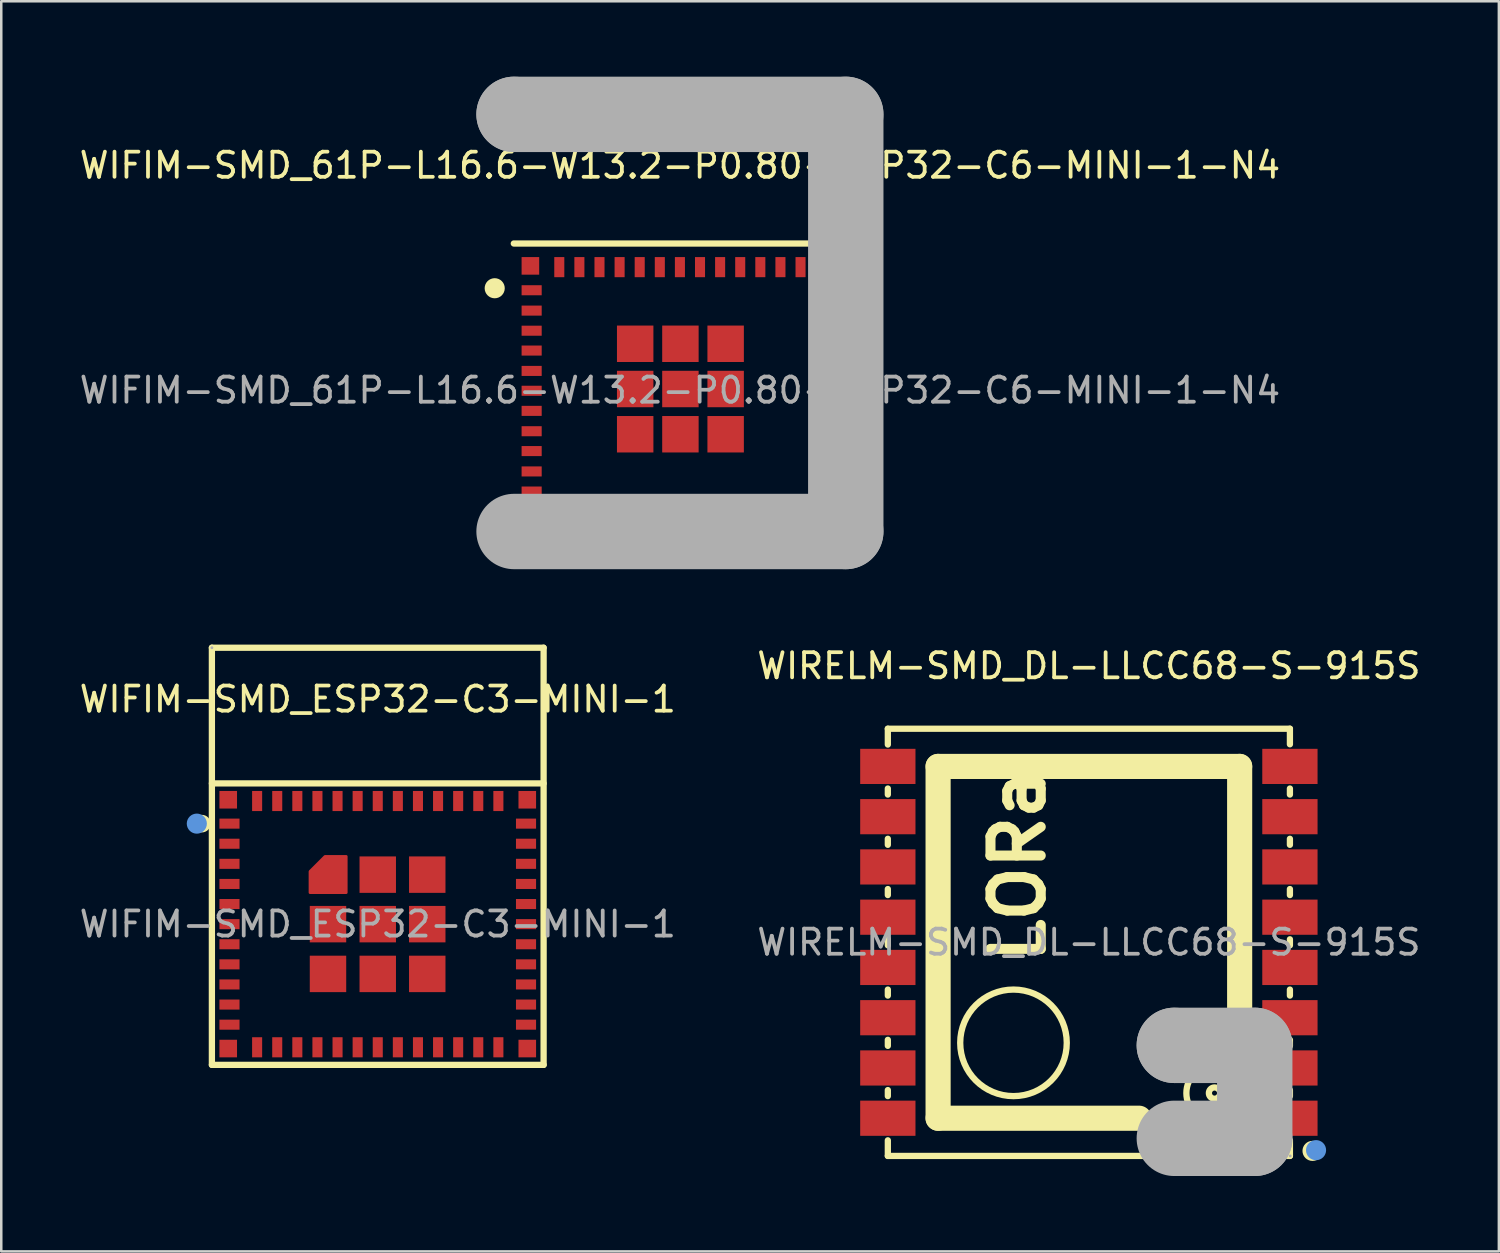
<source format=kicad_pcb>
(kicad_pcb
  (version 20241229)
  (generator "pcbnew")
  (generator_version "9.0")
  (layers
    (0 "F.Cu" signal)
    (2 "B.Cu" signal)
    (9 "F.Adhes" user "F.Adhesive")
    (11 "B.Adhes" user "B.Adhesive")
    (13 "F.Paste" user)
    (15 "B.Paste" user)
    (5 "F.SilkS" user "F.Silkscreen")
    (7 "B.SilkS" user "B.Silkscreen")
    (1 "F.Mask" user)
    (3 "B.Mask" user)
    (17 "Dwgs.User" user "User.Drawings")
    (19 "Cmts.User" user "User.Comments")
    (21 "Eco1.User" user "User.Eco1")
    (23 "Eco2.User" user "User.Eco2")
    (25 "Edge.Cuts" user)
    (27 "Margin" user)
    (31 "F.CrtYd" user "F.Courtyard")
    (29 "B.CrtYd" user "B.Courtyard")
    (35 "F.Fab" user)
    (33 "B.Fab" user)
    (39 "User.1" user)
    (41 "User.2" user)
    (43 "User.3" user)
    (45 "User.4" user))
  (footprint "WIFIM-SMD_ESP32-C3-MINI-1"
    (layer "F.Cu")
    (at 11.982 33.725)
    (property "Reference" "WIFIM-SMD_ESP32-C3-MINI-1" (at 0 -8.95 0) (layer "F.SilkS") (effects (font (size 1 1) (thickness 0.15))))
    (attr smd)
    (fp_line (start -6.6 -11) (end 6.6 -11) (stroke (width 0.25) (type solid)) (layer "F.SilkS"))
    (fp_line (start -6.6 5.6) (end -6.6 -11) (stroke (width 0.25) (type solid)) (layer "F.SilkS"))
    (fp_line (start -6.6 5.6) (end 6.6 5.6) (stroke (width 0.25) (type solid)) (layer "F.SilkS"))
    (fp_line (start 6.6 -5.6) (end -6.6 -5.6) (stroke (width 0.25) (type solid)) (layer "F.SilkS"))
    (fp_line (start 6.6 5.6) (end 6.6 -11) (stroke (width 0.25) (type solid)) (layer "F.SilkS"))
    (fp_circle (center -7 -4) (end -6.9 -4) (stroke (width 0.25) (type solid)) (fill no) (layer "F.SilkS"))
    (fp_circle (center -7.2 -4) (end -7 -4) (stroke (width 0.4) (type solid)) (fill no) (layer "Cmts.User"))
    (fp_circle (center -6.6 -11) (end -6.57 -11) (stroke (width 0.06) (type solid)) (fill no) (layer "F.Fab"))
    (fp_text user "${REFERENCE}" (at 0 0 0) (layer "F.Fab") (effects (font (size 1 1) (thickness 0.15))))
    (pad "1" smd rect (at -5.9 -4 90) (size 0.4 0.8) (layers "F.Cu" "F.Mask" "F.Paste"))
    (pad "2" smd rect (at -5.9 -3.2 90) (size 0.4 0.8) (layers "F.Cu" "F.Mask" "F.Paste"))
    (pad "3" smd rect (at -5.9 -2.4 90) (size 0.4 0.8) (layers "F.Cu" "F.Mask" "F.Paste"))
    (pad "4" smd rect (at -5.9 -1.6 90) (size 0.4 0.8) (layers "F.Cu" "F.Mask" "F.Paste"))
    (pad "5" smd rect (at -5.9 -0.8 90) (size 0.4 0.8) (layers "F.Cu" "F.Mask" "F.Paste"))
    (pad "6" smd rect (at -5.9 0 90) (size 0.4 0.8) (layers "F.Cu" "F.Mask" "F.Paste"))
    (pad "7" smd rect (at -5.9 0.8 90) (size 0.4 0.8) (layers "F.Cu" "F.Mask" "F.Paste"))
    (pad "8" smd rect (at -5.9 1.6 90) (size 0.4 0.8) (layers "F.Cu" "F.Mask" "F.Paste"))
    (pad "9" smd rect (at -5.9 2.4 90) (size 0.4 0.8) (layers "F.Cu" "F.Mask" "F.Paste"))
    (pad "10" smd rect (at -5.9 3.2 90) (size 0.4 0.8) (layers "F.Cu" "F.Mask" "F.Paste"))
    (pad "11" smd rect (at -5.9 4 90) (size 0.4 0.8) (layers "F.Cu" "F.Mask" "F.Paste"))
    (pad "12" smd rect (at -4.8 4.9 180) (size 0.4 0.8) (layers "F.Cu" "F.Mask" "F.Paste"))
    (pad "13" smd rect (at -4 4.9 180) (size 0.4 0.8) (layers "F.Cu" "F.Mask" "F.Paste"))
    (pad "14" smd rect (at -3.2 4.9 180) (size 0.4 0.8) (layers "F.Cu" "F.Mask" "F.Paste"))
    (pad "15" smd rect (at -2.4 4.9 180) (size 0.4 0.8) (layers "F.Cu" "F.Mask" "F.Paste"))
    (pad "16" smd rect (at -1.6 4.9 180) (size 0.4 0.8) (layers "F.Cu" "F.Mask" "F.Paste"))
    (pad "17" smd rect (at -0.8 4.9 180) (size 0.4 0.8) (layers "F.Cu" "F.Mask" "F.Paste"))
    (pad "18" smd rect (at 0 4.9 180) (size 0.4 0.8) (layers "F.Cu" "F.Mask" "F.Paste"))
    (pad "19" smd rect (at 0.8 4.9 180) (size 0.4 0.8) (layers "F.Cu" "F.Mask" "F.Paste"))
    (pad "20" smd rect (at 1.6 4.9 180) (size 0.4 0.8) (layers "F.Cu" "F.Mask" "F.Paste"))
    (pad "21" smd rect (at 2.4 4.9 180) (size 0.4 0.8) (layers "F.Cu" "F.Mask" "F.Paste"))
    (pad "22" smd rect (at 3.2 4.9 180) (size 0.4 0.8) (layers "F.Cu" "F.Mask" "F.Paste"))
    (pad "23" smd rect (at 4 4.9 180) (size 0.4 0.8) (layers "F.Cu" "F.Mask" "F.Paste"))
    (pad "24" smd rect (at 4.8 4.9 180) (size 0.4 0.8) (layers "F.Cu" "F.Mask" "F.Paste"))
    (pad "25" smd rect (at 5.9 4 270) (size 0.4 0.8) (layers "F.Cu" "F.Mask" "F.Paste"))
    (pad "26" smd rect (at 5.9 3.2 270) (size 0.4 0.8) (layers "F.Cu" "F.Mask" "F.Paste"))
    (pad "27" smd rect (at 5.9 2.4 270) (size 0.4 0.8) (layers "F.Cu" "F.Mask" "F.Paste"))
    (pad "28" smd rect (at 5.9 1.6 270) (size 0.4 0.8) (layers "F.Cu" "F.Mask" "F.Paste"))
    (pad "29" smd rect (at 5.9 0.8 270) (size 0.4 0.8) (layers "F.Cu" "F.Mask" "F.Paste"))
    (pad "30" smd rect (at 5.9 0 270) (size 0.4 0.8) (layers "F.Cu" "F.Mask" "F.Paste"))
    (pad "31" smd rect (at 5.9 -0.8 270) (size 0.4 0.8) (layers "F.Cu" "F.Mask" "F.Paste"))
    (pad "32" smd rect (at 5.9 -1.6 270) (size 0.4 0.8) (layers "F.Cu" "F.Mask" "F.Paste"))
    (pad "33" smd rect (at 5.9 -2.4 270) (size 0.4 0.8) (layers "F.Cu" "F.Mask" "F.Paste"))
    (pad "34" smd rect (at 5.9 -3.2 270) (size 0.4 0.8) (layers "F.Cu" "F.Mask" "F.Paste"))
    (pad "35" smd rect (at 5.9 -4 270) (size 0.4 0.8) (layers "F.Cu" "F.Mask" "F.Paste"))
    (pad "36" smd rect (at 4.8 -4.9) (size 0.4 0.8) (layers "F.Cu" "F.Mask" "F.Paste"))
    (pad "37" smd rect (at 4 -4.9) (size 0.4 0.8) (layers "F.Cu" "F.Mask" "F.Paste"))
    (pad "38" smd rect (at 3.2 -4.9) (size 0.4 0.8) (layers "F.Cu" "F.Mask" "F.Paste"))
    (pad "39" smd rect (at 2.4 -4.9) (size 0.4 0.8) (layers "F.Cu" "F.Mask" "F.Paste"))
    (pad "40" smd rect (at 1.6 -4.9) (size 0.4 0.8) (layers "F.Cu" "F.Mask" "F.Paste"))
    (pad "41" smd rect (at 0.8 -4.9) (size 0.4 0.8) (layers "F.Cu" "F.Mask" "F.Paste"))
    (pad "42" smd rect (at 0 -4.9) (size 0.4 0.8) (layers "F.Cu" "F.Mask" "F.Paste"))
    (pad "43" smd rect (at -0.8 -4.9) (size 0.4 0.8) (layers "F.Cu" "F.Mask" "F.Paste"))
    (pad "44" smd rect (at -1.6 -4.9) (size 0.4 0.8) (layers "F.Cu" "F.Mask" "F.Paste"))
    (pad "45" smd rect (at -2.4 -4.9) (size 0.4 0.8) (layers "F.Cu" "F.Mask" "F.Paste"))
    (pad "46" smd rect (at -3.2 -4.9) (size 0.4 0.8) (layers "F.Cu" "F.Mask" "F.Paste"))
    (pad "47" smd rect (at -4 -4.9) (size 0.4 0.8) (layers "F.Cu" "F.Mask" "F.Paste"))
    (pad "48" smd rect (at -4.8 -4.9) (size 0.4 0.8) (layers "F.Cu" "F.Mask" "F.Paste"))
    (pad "49" smd custom (at -1.98 -1.98) (size 0.01 0.01) (layers "F.Cu" "F.Mask" "F.Paste") (options (anchor circle)) (primitives (gr_poly (pts (xy -0.72 -0.12) (xy -0.12 -0.72) (xy 0.73 -0.72) (xy 0.73 0.73) (xy -0.72 0.73)) (width 0.1) (fill yes))))
    (pad "49" smd rect (at -1.98 0) (size 1.45 1.45) (layers "F.Cu" "F.Mask" "F.Paste"))
    (pad "49" smd rect (at -1.98 1.98) (size 1.45 1.45) (layers "F.Cu" "F.Mask" "F.Paste"))
    (pad "49" smd rect (at 0 -1.97) (size 1.45 1.45) (layers "F.Cu" "F.Mask" "F.Paste"))
    (pad "49" smd rect (at 0 0) (size 1.45 1.45) (layers "F.Cu" "F.Mask" "F.Paste"))
    (pad "49" smd rect (at 0 1.98) (size 1.45 1.45) (layers "F.Cu" "F.Mask" "F.Paste"))
    (pad "49" smd rect (at 1.97 -1.97) (size 1.45 1.45) (layers "F.Cu" "F.Mask" "F.Paste"))
    (pad "49" smd rect (at 1.97 0) (size 1.45 1.45) (layers "F.Cu" "F.Mask" "F.Paste"))
    (pad "49" smd rect (at 1.97 1.98) (size 1.45 1.45) (layers "F.Cu" "F.Mask" "F.Paste"))
    (pad "50" smd rect (at 5.95 -4.95) (size 0.7 0.7) (layers "F.Cu" "F.Mask" "F.Paste"))
    (pad "51" smd rect (at 5.95 4.95) (size 0.7 0.7) (layers "F.Cu" "F.Mask" "F.Paste"))
    (pad "52" smd rect (at -5.95 4.95) (size 0.7 0.7) (layers "F.Cu" "F.Mask" "F.Paste"))
    (pad "53" smd rect (at -5.95 -4.95) (size 0.7 0.7) (layers "F.Cu" "F.Mask" "F.Paste")))
  (footprint "WIFIM-SMD_61P-L16.6-W13.2-P0.80-ESP32-C6-MINI-1-N4"
    (layer "F.Cu")
    (at 24.006 12.48)
    (property "Reference" "WIFIM-SMD_61P-L16.6-W13.2-P0.80-ESP32-C6-MINI-1-N4" (at 0 -8.95 0) (layer "F.SilkS") (effects (font (size 1 1) (thickness 0.15))))
    (attr smd)
    (fp_line (start -6.61 -5.84) (end 6.6 -5.84) (stroke (width 0.25) (type solid)) (layer "F.SilkS"))
    (fp_circle (center -7.37 -4.06) (end -7.17 -4.06) (stroke (width 0.4) (type solid)) (fill no) (layer "F.SilkS"))
    (fp_line (start -6.6 -10.98) (end -6.6 -10.98) (stroke (width 3) (type solid)) (layer "F.Fab"))
    (fp_line (start -6.6 -10.98) (end 6.6 -10.98) (stroke (width 3) (type solid)) (layer "F.Fab"))
    (fp_line (start 6.6 -10.98) (end 6.6 5.62) (stroke (width 3) (type solid)) (layer "F.Fab"))
    (fp_line (start 6.6 5.62) (end -6.6 5.62) (stroke (width 3) (type solid)) (layer "F.Fab"))
    (fp_circle (center -6.6 -10.98) (end -6.57 -10.98) (stroke (width 0.06) (type solid)) (fill no) (layer "F.Fab"))
    (fp_text user "${REFERENCE}" (at 0 0 0) (layer "F.Fab") (effects (font (size 1 1) (thickness 0.15))))
    (pad "1" smd rect (at -5.9 -3.98) (size 0.8 0.4) (layers "F.Cu" "F.Mask" "F.Paste"))
    (pad "2" smd rect (at -5.9 -3.17) (size 0.8 0.4) (layers "F.Cu" "F.Mask" "F.Paste"))
    (pad "3" smd rect (at -5.9 -2.37) (size 0.8 0.4) (layers "F.Cu" "F.Mask" "F.Paste"))
    (pad "4" smd rect (at -5.9 -1.58) (size 0.8 0.4) (layers "F.Cu" "F.Mask" "F.Paste"))
    (pad "5" smd rect (at -5.9 -0.77) (size 0.8 0.4) (layers "F.Cu" "F.Mask" "F.Paste"))
    (pad "6" smd rect (at -5.9 0.02) (size 0.8 0.4) (layers "F.Cu" "F.Mask" "F.Paste"))
    (pad "7" smd rect (at -5.9 0.82) (size 0.8 0.4) (layers "F.Cu" "F.Mask" "F.Paste"))
    (pad "8" smd rect (at -5.9 1.63) (size 0.8 0.4) (layers "F.Cu" "F.Mask" "F.Paste"))
    (pad "9" smd rect (at -5.9 2.42) (size 0.8 0.4) (layers "F.Cu" "F.Mask" "F.Paste"))
    (pad "10" smd rect (at -5.9 3.23) (size 0.8 0.4) (layers "F.Cu" "F.Mask" "F.Paste"))
    (pad "11" smd rect (at -5.9 4.03) (size 0.8 0.4) (layers "F.Cu" "F.Mask" "F.Paste"))
    (pad "12" smd rect (at -4.8 4.9 270) (size 0.8 0.4) (layers "F.Cu" "F.Mask" "F.Paste"))
    (pad "13" smd rect (at -4 4.9 270) (size 0.8 0.4) (layers "F.Cu" "F.Mask" "F.Paste"))
    (pad "14" smd rect (at -3.2 4.9 270) (size 0.8 0.4) (layers "F.Cu" "F.Mask" "F.Paste"))
    (pad "15" smd rect (at -2.4 4.9 270) (size 0.8 0.4) (layers "F.Cu" "F.Mask" "F.Paste"))
    (pad "16" smd rect (at -1.6 4.9 270) (size 0.8 0.4) (layers "F.Cu" "F.Mask" "F.Paste"))
    (pad "17" smd rect (at -0.8 4.9 270) (size 0.8 0.4) (layers "F.Cu" "F.Mask" "F.Paste"))
    (pad "18" smd rect (at 0 4.9 270) (size 0.8 0.4) (layers "F.Cu" "F.Mask" "F.Paste"))
    (pad "19" smd rect (at 0.8 4.9 270) (size 0.8 0.4) (layers "F.Cu" "F.Mask" "F.Paste"))
    (pad "20" smd rect (at 1.6 4.9 270) (size 0.8 0.4) (layers "F.Cu" "F.Mask" "F.Paste"))
    (pad "21" smd rect (at 2.4 4.9 270) (size 0.8 0.4) (layers "F.Cu" "F.Mask" "F.Paste"))
    (pad "22" smd rect (at 3.2 4.9 270) (size 0.8 0.4) (layers "F.Cu" "F.Mask" "F.Paste"))
    (pad "23" smd rect (at 4 4.9 270) (size 0.8 0.4) (layers "F.Cu" "F.Mask" "F.Paste"))
    (pad "24" smd rect (at 4.8 4.9 270) (size 0.8 0.4) (layers "F.Cu" "F.Mask" "F.Paste"))
    (pad "25" smd rect (at 5.9 4.03) (size 0.8 0.4) (layers "F.Cu" "F.Mask" "F.Paste"))
    (pad "26" smd rect (at 5.9 3.23) (size 0.8 0.4) (layers "F.Cu" "F.Mask" "F.Paste"))
    (pad "27" smd rect (at 5.9 2.42) (size 0.8 0.4) (layers "F.Cu" "F.Mask" "F.Paste"))
    (pad "28" smd rect (at 5.9 1.63) (size 0.8 0.4) (layers "F.Cu" "F.Mask" "F.Paste"))
    (pad "29" smd rect (at 5.9 0.82) (size 0.8 0.4) (layers "F.Cu" "F.Mask" "F.Paste"))
    (pad "30" smd rect (at 5.9 0.03) (size 0.8 0.4) (layers "F.Cu" "F.Mask" "F.Paste"))
    (pad "31" smd rect (at 5.9 -0.77) (size 0.8 0.4) (layers "F.Cu" "F.Mask" "F.Paste"))
    (pad "32" smd rect (at 5.9 -1.58) (size 0.8 0.4) (layers "F.Cu" "F.Mask" "F.Paste"))
    (pad "33" smd rect (at 5.9 -2.37) (size 0.8 0.4) (layers "F.Cu" "F.Mask" "F.Paste"))
    (pad "34" smd rect (at 5.9 -3.17) (size 0.8 0.4) (layers "F.Cu" "F.Mask" "F.Paste"))
    (pad "35" smd rect (at 5.9 -3.98) (size 0.8 0.4) (layers "F.Cu" "F.Mask" "F.Paste"))
    (pad "36" smd rect (at 4.8 -4.9 270) (size 0.8 0.4) (layers "F.Cu" "F.Mask" "F.Paste"))
    (pad "37" smd rect (at 4 -4.9 270) (size 0.8 0.4) (layers "F.Cu" "F.Mask" "F.Paste"))
    (pad "38" smd rect (at 3.2 -4.9 270) (size 0.8 0.4) (layers "F.Cu" "F.Mask" "F.Paste"))
    (pad "39" smd rect (at 2.4 -4.9 270) (size 0.8 0.4) (layers "F.Cu" "F.Mask" "F.Paste"))
    (pad "40" smd rect (at 1.6 -4.9 270) (size 0.8 0.4) (layers "F.Cu" "F.Mask" "F.Paste"))
    (pad "41" smd rect (at 0.8 -4.9 270) (size 0.8 0.4) (layers "F.Cu" "F.Mask" "F.Paste"))
    (pad "42" smd rect (at 0 -4.9 270) (size 0.8 0.4) (layers "F.Cu" "F.Mask" "F.Paste"))
    (pad "43" smd rect (at -0.8 -4.9 270) (size 0.8 0.4) (layers "F.Cu" "F.Mask" "F.Paste"))
    (pad "44" smd rect (at -1.6 -4.9 270) (size 0.8 0.4) (layers "F.Cu" "F.Mask" "F.Paste"))
    (pad "45" smd rect (at -2.4 -4.9 270) (size 0.8 0.4) (layers "F.Cu" "F.Mask" "F.Paste"))
    (pad "46" smd rect (at -3.2 -4.9 270) (size 0.8 0.4) (layers "F.Cu" "F.Mask" "F.Paste"))
    (pad "47" smd rect (at -4 -4.9 270) (size 0.8 0.4) (layers "F.Cu" "F.Mask" "F.Paste"))
    (pad "48" smd rect (at -4.8 -4.9 270) (size 0.8 0.4) (layers "F.Cu" "F.Mask" "F.Paste"))
    (pad "49" smd rect (at -1.78 -1.85) (size 1.45 1.45) (layers "F.Cu" "F.Mask" "F.Paste"))
    (pad "49" smd rect (at -1.78 -0.05) (size 1.45 1.45) (layers "F.Cu" "F.Mask" "F.Paste"))
    (pad "49" smd rect (at -1.78 1.75) (size 1.45 1.45) (layers "F.Cu" "F.Mask" "F.Paste"))
    (pad "49" smd rect (at 0.02 -1.85) (size 1.45 1.45) (layers "F.Cu" "F.Mask" "F.Paste"))
    (pad "49" smd rect (at 0.02 -0.05) (size 1.45 1.45) (layers "F.Cu" "F.Mask" "F.Paste"))
    (pad "49" smd rect (at 0.02 1.75) (size 1.45 1.45) (layers "F.Cu" "F.Mask" "F.Paste"))
    (pad "49" smd rect (at 1.82 -1.85) (size 1.45 1.45) (layers "F.Cu" "F.Mask" "F.Paste"))
    (pad "49" smd rect (at 1.82 -0.05) (size 1.45 1.45) (layers "F.Cu" "F.Mask" "F.Paste"))
    (pad "49" smd rect (at 1.82 1.75) (size 1.45 1.45) (layers "F.Cu" "F.Mask" "F.Paste"))
    (pad "50" smd rect (at 5.95 -4.95) (size 0.7 0.7) (layers "F.Cu" "F.Mask" "F.Paste"))
    (pad "51" smd rect (at 5.95 4.95) (size 0.7 0.7) (layers "F.Cu" "F.Mask" "F.Paste"))
    (pad "52" smd rect (at -5.95 4.95) (size 0.7 0.7) (layers "F.Cu" "F.Mask" "F.Paste"))
    (pad "53" smd rect (at -5.95 -4.95) (size 0.7 0.7) (layers "F.Cu" "F.Mask" "F.Paste")))
  (footprint "WIRELM-SMD_DL-LLCC68-S-915S"
    (layer "F.Cu")
    (at 40.28 34.448)
    (property "Reference" "WIRELM-SMD_DL-LLCC68-S-915S" (at 0 -11 0) (layer "F.SilkS") (effects (font (size 1 1) (thickness 0.15))))
    (attr through_hole)
    (fp_line (start -8 -7.87) (end -8 -8.5) (stroke (width 0.25) (type solid)) (layer "F.SilkS"))
    (fp_line (start -8 -5.88) (end -8 -6.12) (stroke (width 0.25) (type solid)) (layer "F.SilkS"))
    (fp_line (start -8 -3.88) (end -8 -4.12) (stroke (width 0.25) (type solid)) (layer "F.SilkS"))
    (fp_line (start -8 -1.88) (end -8 -2.12) (stroke (width 0.25) (type solid)) (layer "F.SilkS"))
    (fp_line (start -8 0.12) (end -8 -0.12) (stroke (width 0.25) (type solid)) (layer "F.SilkS"))
    (fp_line (start -8 2.12) (end -8 1.88) (stroke (width 0.25) (type solid)) (layer "F.SilkS"))
    (fp_line (start -8 4.12) (end -8 3.88) (stroke (width 0.25) (type solid)) (layer "F.SilkS"))
    (fp_line (start -8 6.12) (end -8 5.88) (stroke (width 0.25) (type solid)) (layer "F.SilkS"))
    (fp_line (start -8 8.5) (end -8 7.88) (stroke (width 0.25) (type solid)) (layer "F.SilkS"))
    (fp_line (start -8 8.5) (end 8 8.5) (stroke (width 0.25) (type solid)) (layer "F.SilkS"))
    (fp_line (start -6 -7) (end 6 -7) (stroke (width 1) (type solid)) (layer "F.SilkS"))
    (fp_line (start -6 7) (end -6 -7) (stroke (width 1) (type solid)) (layer "F.SilkS"))
    (fp_line (start 2 7) (end -6 7) (stroke (width 1) (type solid)) (layer "F.SilkS"))
    (fp_line (start 6 -7) (end 6 3) (stroke (width 1) (type solid)) (layer "F.SilkS"))
    (fp_line (start 8 -8.5) (end -8 -8.5) (stroke (width 0.25) (type solid)) (layer "F.SilkS"))
    (fp_line (start 8 -7.88) (end 8 -8.5) (stroke (width 0.25) (type solid)) (layer "F.SilkS"))
    (fp_line (start 8 -5.88) (end 8 -6.12) (stroke (width 0.25) (type solid)) (layer "F.SilkS"))
    (fp_line (start 8 -3.88) (end 8 -4.12) (stroke (width 0.25) (type solid)) (layer "F.SilkS"))
    (fp_line (start 8 -1.88) (end 8 -2.12) (stroke (width 0.25) (type solid)) (layer "F.SilkS"))
    (fp_line (start 8 0.12) (end 8 -0.12) (stroke (width 0.25) (type solid)) (layer "F.SilkS"))
    (fp_line (start 8 2.12) (end 8 1.88) (stroke (width 0.25) (type solid)) (layer "F.SilkS"))
    (fp_line (start 8 4.12) (end 8 3.88) (stroke (width 0.25) (type solid)) (layer "F.SilkS"))
    (fp_line (start 8 6.12) (end 8 5.88) (stroke (width 0.25) (type solid)) (layer "F.SilkS"))
    (fp_line (start 8 8.5) (end 8 7.88) (stroke (width 0.25) (type solid)) (layer "F.SilkS"))
    (fp_circle (center -3 4) (end -0.88 4) (stroke (width 0.25) (type solid)) (fill no) (layer "F.SilkS"))
    (fp_circle (center 5 6) (end 5.1 6) (stroke (width 0.25) (type solid)) (fill no) (layer "F.SilkS"))
    (fp_circle (center 5 6) (end 6.12 6) (stroke (width 0.25) (type solid)) (fill no) (layer "F.SilkS"))
    (fp_circle (center 8.9 8.3) (end 9.1 8.3) (stroke (width 0.4) (type solid)) (fill no) (layer "F.SilkS"))
    (fp_circle (center 9.04 8.27) (end 9.24 8.27) (stroke (width 0.4) (type solid)) (fill no) (layer "Cmts.User"))
    (fp_line (start 3.4 4.1) (end 3.4 4.1) (stroke (width 3) (type solid)) (layer "F.Fab"))
    (fp_line (start 3.4 4.1) (end 6.6 4.1) (stroke (width 3) (type solid)) (layer "F.Fab"))
    (fp_line (start 6.6 4.1) (end 6.6 7.8) (stroke (width 3) (type solid)) (layer "F.Fab"))
    (fp_line (start 6.6 7.8) (end 3.4 7.8) (stroke (width 3) (type solid)) (layer "F.Fab"))
    (fp_circle (center 8.01 8.5) (end 8.04 8.5) (stroke (width 0.06) (type solid)) (fill no) (layer "F.Fab"))
    (fp_text user "LORa" (at -2.82 1 90) (layer "F.SilkS") (effects (font (size 2 2) (thickness 0.4)) (justify left)))
    (fp_text user "${REFERENCE}" (at 0 0 0) (layer "F.Fab") (effects (font (size 1 1) (thickness 0.15))))
    (pad "1" smd rect (at 8 7 180) (size 2.2 1.4) (layers "F.Cu" "F.Mask" "F.Paste"))
    (pad "2" smd rect (at 8 5 180) (size 2.2 1.4) (layers "F.Cu" "F.Mask" "F.Paste"))
    (pad "3" smd rect (at 8 3 180) (size 2.2 1.4) (layers "F.Cu" "F.Mask" "F.Paste"))
    (pad "4" smd rect (at 8 1 180) (size 2.2 1.4) (layers "F.Cu" "F.Mask" "F.Paste"))
    (pad "5" smd rect (at 8 -1 180) (size 2.2 1.4) (layers "F.Cu" "F.Mask" "F.Paste"))
    (pad "6" smd rect (at 8 -3 180) (size 2.2 1.4) (layers "F.Cu" "F.Mask" "F.Paste"))
    (pad "7" smd rect (at 8 -5 180) (size 2.2 1.4) (layers "F.Cu" "F.Mask" "F.Paste"))
    (pad "8" smd rect (at 8 -7 180) (size 2.2 1.4) (layers "F.Cu" "F.Mask" "F.Paste"))
    (pad "9" smd rect (at -8 -7 180) (size 2.2 1.4) (layers "F.Cu" "F.Mask" "F.Paste"))
    (pad "10" smd rect (at -8 -5 180) (size 2.2 1.4) (layers "F.Cu" "F.Mask" "F.Paste"))
    (pad "11" smd rect (at -8 -3 180) (size 2.2 1.4) (layers "F.Cu" "F.Mask" "F.Paste"))
    (pad "12" smd rect (at -8 -1 180) (size 2.2 1.4) (layers "F.Cu" "F.Mask" "F.Paste"))
    (pad "13" smd rect (at -8 1 180) (size 2.2 1.4) (layers "F.Cu" "F.Mask" "F.Paste"))
    (pad "14" smd rect (at -8 3 180) (size 2.2 1.4) (layers "F.Cu" "F.Mask" "F.Paste"))
    (pad "15" smd rect (at -8 5 180) (size 2.2 1.4) (layers "F.Cu" "F.Mask" "F.Paste"))
    (pad "16" smd rect (at -8 7 180) (size 2.2 1.4) (layers "F.Cu" "F.Mask" "F.Paste")))
  (gr_rect
    (start -3 -3)
    (end 56.595 46.748)
    (stroke (width 0.1) (type default))
    (fill no)
    (layer "Edge.Cuts")))
</source>
